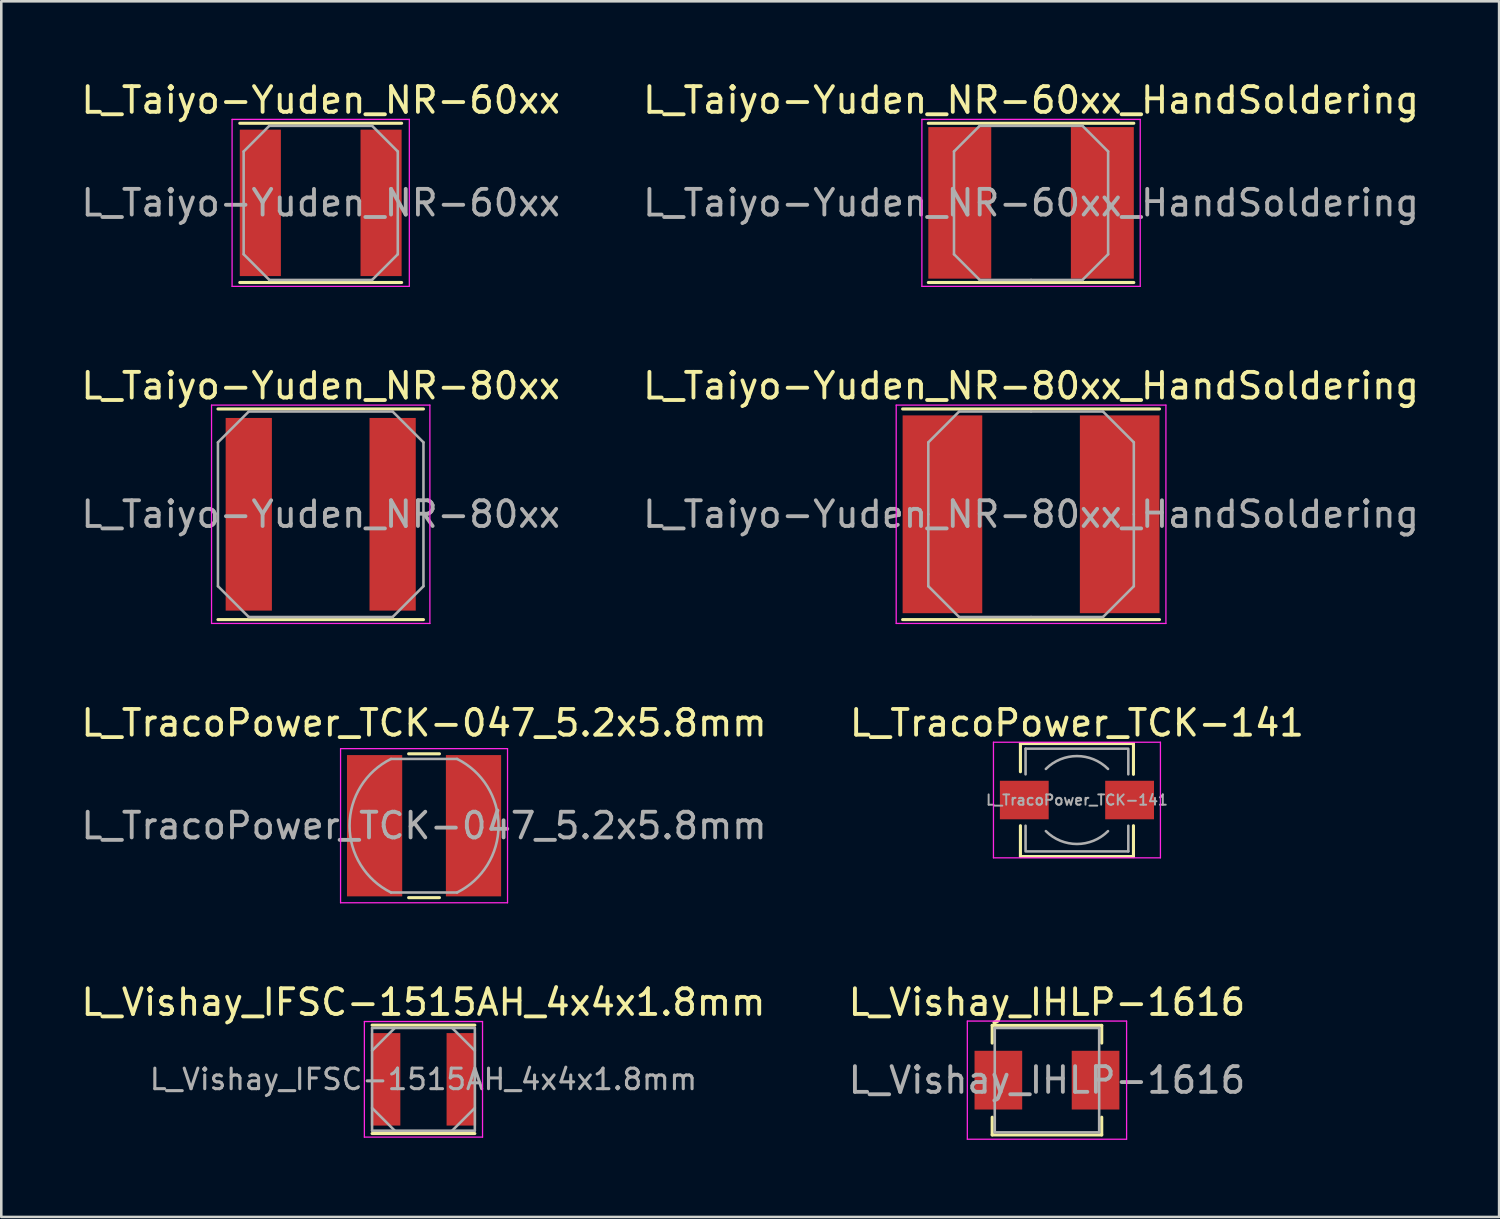
<source format=kicad_pcb>
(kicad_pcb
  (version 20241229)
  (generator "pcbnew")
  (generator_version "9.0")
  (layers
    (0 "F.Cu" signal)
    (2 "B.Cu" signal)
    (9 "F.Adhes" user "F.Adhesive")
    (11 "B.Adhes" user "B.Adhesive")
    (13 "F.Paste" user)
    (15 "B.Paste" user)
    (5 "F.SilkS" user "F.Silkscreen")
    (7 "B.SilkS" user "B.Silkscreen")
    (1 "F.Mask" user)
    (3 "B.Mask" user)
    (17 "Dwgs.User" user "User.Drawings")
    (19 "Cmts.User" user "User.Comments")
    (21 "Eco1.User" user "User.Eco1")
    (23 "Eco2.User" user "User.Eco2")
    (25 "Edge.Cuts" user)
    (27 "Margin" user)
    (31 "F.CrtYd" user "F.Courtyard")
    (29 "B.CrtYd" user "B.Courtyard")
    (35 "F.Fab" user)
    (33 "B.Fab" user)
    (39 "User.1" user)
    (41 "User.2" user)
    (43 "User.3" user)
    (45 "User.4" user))
  (footprint "L_Vishay_IHLP-1616"
    (layer "F.Cu")
    (at 37.708 39)
    (property "Reference" "L_Vishay_IHLP-1616" (at 0 -3.032 0) (layer "F.SilkS") (effects (font (size 1 1) (thickness 0.15))))
    (attr smd)
    (fp_line (start -2.132 -2.132) (end 2.132 -2.132) (stroke (width 0.12) (type solid)) (layer "F.SilkS"))
    (fp_line (start -2.132 -1.443) (end -2.132 -2.132) (stroke (width 0.12) (type solid)) (layer "F.SilkS"))
    (fp_line (start -2.132 1.443) (end -2.132 2.132) (stroke (width 0.12) (type solid)) (layer "F.SilkS"))
    (fp_line (start -2.132 2.132) (end 2.132 2.132) (stroke (width 0.12) (type solid)) (layer "F.SilkS"))
    (fp_line (start 2.132 -2.132) (end 2.132 -1.443) (stroke (width 0.12) (type solid)) (layer "F.SilkS"))
    (fp_line (start 2.132 2.132) (end 2.132 1.443) (stroke (width 0.12) (type solid)) (layer "F.SilkS"))
    (fp_line (start -3.1 -2.3) (end -3.1 2.3) (stroke (width 0.05) (type solid)) (layer "F.CrtYd"))
    (fp_line (start -3.1 2.3) (end 3.1 2.3) (stroke (width 0.05) (type solid)) (layer "F.CrtYd"))
    (fp_line (start 3.1 -2.3) (end -3.1 -2.3) (stroke (width 0.05) (type solid)) (layer "F.CrtYd"))
    (fp_line (start 3.1 2.3) (end 3.1 -2.3) (stroke (width 0.05) (type solid)) (layer "F.CrtYd"))
    (fp_line (start -2.032 -2.032) (end -2.032 2.032) (stroke (width 0.1) (type solid)) (layer "F.Fab"))
    (fp_line (start -2.032 2.032) (end 2.032 2.032) (stroke (width 0.1) (type solid)) (layer "F.Fab"))
    (fp_line (start 2.032 -2.032) (end -2.032 -2.032) (stroke (width 0.1) (type solid)) (layer "F.Fab"))
    (fp_line (start 2.032 2.032) (end 2.032 -2.032) (stroke (width 0.1) (type solid)) (layer "F.Fab"))
    (fp_text user "${REFERENCE}" (at 0 0 0) (layer "F.Fab") (effects (font (size 1 1) (thickness 0.15))))
    (pad "1" smd rect (at -1.892 0) (size 1.855 2.286) (layers "F.Cu" "F.Mask" "F.Paste"))
    (pad "2" smd rect (at 1.892 0) (size 1.855 2.286) (layers "F.Cu" "F.Mask" "F.Paste")))
  (footprint "L_Taiyo-Yuden_NR-60xx_HandSoldering"
    (layer "F.Cu")
    (at 37.089 4.848)
    (property "Reference" "L_Taiyo-Yuden_NR-60xx_HandSoldering" (at 0 -4 0) (layer "F.SilkS") (effects (font (size 1 1) (thickness 0.15))))
    (attr smd)
    (fp_line (start -4 -3.1) (end 4 -3.1) (stroke (width 0.12) (type solid)) (layer "F.SilkS"))
    (fp_line (start -4 3.1) (end 4 3.1) (stroke (width 0.12) (type solid)) (layer "F.SilkS"))
    (fp_line (start -4.25 -3.25) (end -4.25 3.25) (stroke (width 0.05) (type solid)) (layer "F.CrtYd"))
    (fp_line (start -4.25 3.25) (end 4.25 3.25) (stroke (width 0.05) (type solid)) (layer "F.CrtYd"))
    (fp_line (start 4.25 -3.25) (end -4.25 -3.25) (stroke (width 0.05) (type solid)) (layer "F.CrtYd"))
    (fp_line (start 4.25 3.25) (end 4.25 -3.25) (stroke (width 0.05) (type solid)) (layer "F.CrtYd"))
    (fp_line (start -3 -2) (end -2 -3) (stroke (width 0.1) (type solid)) (layer "F.Fab"))
    (fp_line (start -3 0) (end -3 -2) (stroke (width 0.1) (type solid)) (layer "F.Fab"))
    (fp_line (start -3 0) (end -3 2) (stroke (width 0.1) (type solid)) (layer "F.Fab"))
    (fp_line (start -3 2) (end -2 3) (stroke (width 0.1) (type solid)) (layer "F.Fab"))
    (fp_line (start -2 -3) (end 0 -3) (stroke (width 0.1) (type solid)) (layer "F.Fab"))
    (fp_line (start -2 3) (end 0 3) (stroke (width 0.1) (type solid)) (layer "F.Fab"))
    (fp_line (start 2 -3) (end 0 -3) (stroke (width 0.1) (type solid)) (layer "F.Fab"))
    (fp_line (start 2 3) (end 0 3) (stroke (width 0.1) (type solid)) (layer "F.Fab"))
    (fp_line (start 3 -2) (end 2 -3) (stroke (width 0.1) (type solid)) (layer "F.Fab"))
    (fp_line (start 3 0) (end 3 -2) (stroke (width 0.1) (type solid)) (layer "F.Fab"))
    (fp_line (start 3 0) (end 3 2) (stroke (width 0.1) (type solid)) (layer "F.Fab"))
    (fp_line (start 3 2) (end 2 3) (stroke (width 0.1) (type solid)) (layer "F.Fab"))
    (fp_text user "${REFERENCE}" (at 0 0 0) (layer "F.Fab") (effects (font (size 1 1) (thickness 0.15))))
    (pad "1" smd rect (at -2.775 0) (size 2.45 5.9) (layers "F.Cu" "F.Mask" "F.Paste"))
    (pad "2" smd rect (at 2.775 0) (size 2.45 5.9) (layers "F.Cu" "F.Mask" "F.Paste")))
  (footprint "L_Taiyo-Yuden_NR-80xx"
    (layer "F.Cu")
    (at 9.435 16.971)
    (property "Reference" "L_Taiyo-Yuden_NR-80xx" (at 0 -5 0) (layer "F.SilkS") (effects (font (size 1 1) (thickness 0.15))))
    (attr smd)
    (fp_line (start -4 -4.1) (end 4 -4.1) (stroke (width 0.12) (type solid)) (layer "F.SilkS"))
    (fp_line (start -4 4.1) (end 4 4.1) (stroke (width 0.12) (type solid)) (layer "F.SilkS"))
    (fp_line (start -4.25 -4.25) (end -4.25 4.25) (stroke (width 0.05) (type solid)) (layer "F.CrtYd"))
    (fp_line (start -4.25 4.25) (end 4.25 4.25) (stroke (width 0.05) (type solid)) (layer "F.CrtYd"))
    (fp_line (start 4.25 -4.25) (end -4.25 -4.25) (stroke (width 0.05) (type solid)) (layer "F.CrtYd"))
    (fp_line (start 4.25 4.25) (end 4.25 -4.25) (stroke (width 0.05) (type solid)) (layer "F.CrtYd"))
    (fp_line (start -4 -2.8) (end -2.8 -4) (stroke (width 0.1) (type solid)) (layer "F.Fab"))
    (fp_line (start -4 2.8) (end -4 -2.8) (stroke (width 0.1) (type solid)) (layer "F.Fab"))
    (fp_line (start -4 2.8) (end -2.8 4) (stroke (width 0.1) (type solid)) (layer "F.Fab"))
    (fp_line (start -2.8 -4) (end 2.8 -4) (stroke (width 0.1) (type solid)) (layer "F.Fab"))
    (fp_line (start -2.8 4) (end 2.8 4) (stroke (width 0.1) (type solid)) (layer "F.Fab"))
    (fp_line (start 4 -2.8) (end 2.8 -4) (stroke (width 0.1) (type solid)) (layer "F.Fab"))
    (fp_line (start 4 2.8) (end 2.8 4) (stroke (width 0.1) (type solid)) (layer "F.Fab"))
    (fp_line (start 4 2.8) (end 4 -2.8) (stroke (width 0.1) (type solid)) (layer "F.Fab"))
    (fp_text user "${REFERENCE}" (at 0 0 0) (layer "F.Fab") (effects (font (size 1 1) (thickness 0.15))))
    (pad "1" smd rect (at -2.8 0) (size 1.8 7.5) (layers "F.Cu" "F.Mask" "F.Paste"))
    (pad "2" smd rect (at 2.8 0) (size 1.8 7.5) (layers "F.Cu" "F.Mask" "F.Paste")))
  (footprint "L_TracoPower_TCK-141"
    (layer "F.Cu")
    (at 38.875 28.095)
    (property "Reference" "L_TracoPower_TCK-141" (at 0 -3 0) (layer "F.SilkS") (effects (font (size 1 1) (thickness 0.15))))
    (attr smd)
    (fp_line (start -2.2 -2.2) (end 2.2 -2.2) (stroke (width 0.12) (type solid)) (layer "F.SilkS"))
    (fp_line (start -2.2 -1.1) (end -2.2 -2.2) (stroke (width 0.12) (type solid)) (layer "F.SilkS"))
    (fp_line (start -2.2 2.2) (end -2.2 1) (stroke (width 0.12) (type solid)) (layer "F.SilkS"))
    (fp_line (start 2.2 -2.2) (end 2.2 -1) (stroke (width 0.12) (type solid)) (layer "F.SilkS"))
    (fp_line (start 2.2 1) (end 2.2 2.2) (stroke (width 0.12) (type solid)) (layer "F.SilkS"))
    (fp_line (start 2.2 2.2) (end -2.2 2.2) (stroke (width 0.12) (type solid)) (layer "F.SilkS"))
    (fp_line (start -3.25 -2.25) (end -3.25 2.25) (stroke (width 0.05) (type solid)) (layer "F.CrtYd"))
    (fp_line (start -3.25 -2.25) (end 3.25 -2.25) (stroke (width 0.05) (type solid)) (layer "F.CrtYd"))
    (fp_line (start -3.25 2.25) (end 3.25 2.25) (stroke (width 0.05) (type solid)) (layer "F.CrtYd"))
    (fp_line (start 3.25 2.25) (end 3.25 -2.25) (stroke (width 0.05) (type solid)) (layer "F.CrtYd"))
    (fp_line (start -2 -2) (end -2 -1) (stroke (width 0.1) (type solid)) (layer "F.Fab"))
    (fp_line (start -2 -2) (end 2 -2) (stroke (width 0.1) (type solid)) (layer "F.Fab"))
    (fp_line (start -2 1.95) (end -2 1) (stroke (width 0.1) (type solid)) (layer "F.Fab"))
    (fp_line (start -2 2) (end 2 2) (stroke (width 0.1) (type solid)) (layer "F.Fab"))
    (fp_line (start 2 -1.95) (end 2 -1) (stroke (width 0.1) (type solid)) (layer "F.Fab"))
    (fp_line (start 2 2) (end 2 1) (stroke (width 0.1) (type solid)) (layer "F.Fab"))
    (fp_arc (start -1.21 -1.21) (mid 0 -1.711198) (end 1.21 -1.21) (stroke (width 0.1) (type solid)) (layer "F.Fab"))
    (fp_arc (start 1.21 1.21) (mid 0 1.711198) (end -1.21 1.21) (stroke (width 0.1) (type solid)) (layer "F.Fab"))
    (fp_text user "${REFERENCE}" (at 0 0 0) (layer "F.Fab") (effects (font (size 0.4 0.4) (thickness 0.075))))
    (pad "1" smd rect (at -2.05 0) (size 1.9 1.5) (layers "F.Cu" "F.Mask" "F.Paste"))
    (pad "2" smd rect (at 2.05 0) (size 1.9 1.5) (layers "F.Cu" "F.Mask" "F.Paste")))
  (footprint "L_Vishay_IFSC-1515AH_4x4x1.8mm"
    (layer "F.Cu")
    (at 13.435 38.968)
    (property "Reference" "L_Vishay_IFSC-1515AH_4x4x1.8mm" (at 0 -3 0) (layer "F.SilkS") (effects (font (size 1 1) (thickness 0.15))))
    (attr smd)
    (fp_line (start -2 -2.11) (end 2 -2.11) (stroke (width 0.12) (type solid)) (layer "F.SilkS"))
    (fp_line (start 2 2.11) (end -2 2.11) (stroke (width 0.12) (type solid)) (layer "F.SilkS"))
    (fp_line (start -2.3 -2.25) (end 2.3 -2.25) (stroke (width 0.05) (type solid)) (layer "F.CrtYd"))
    (fp_line (start -2.3 2.25) (end -2.3 -2.25) (stroke (width 0.05) (type solid)) (layer "F.CrtYd"))
    (fp_line (start 2.3 -2.25) (end 2.3 2.25) (stroke (width 0.05) (type solid)) (layer "F.CrtYd"))
    (fp_line (start 2.3 2.25) (end -2.3 2.25) (stroke (width 0.05) (type solid)) (layer "F.CrtYd"))
    (fp_line (start -2 -2) (end 2 -2) (stroke (width 0.1) (type solid)) (layer "F.Fab"))
    (fp_line (start -2 -1.115) (end -1.115 -2) (stroke (width 0.1) (type solid)) (layer "F.Fab"))
    (fp_line (start -2 2) (end -2 -2) (stroke (width 0.1) (type solid)) (layer "F.Fab"))
    (fp_line (start -1.115 2) (end -2 1.115) (stroke (width 0.1) (type solid)) (layer "F.Fab"))
    (fp_line (start 1.115 -2) (end 2 -1.115) (stroke (width 0.1) (type solid)) (layer "F.Fab"))
    (fp_line (start 2 -2) (end 2 2) (stroke (width 0.1) (type solid)) (layer "F.Fab"))
    (fp_line (start 2 1.115) (end 1.115 2) (stroke (width 0.1) (type solid)) (layer "F.Fab"))
    (fp_line (start 2 2) (end -2 2) (stroke (width 0.1) (type solid)) (layer "F.Fab"))
    (fp_text user "${REFERENCE}" (at 0 0 0) (layer "F.Fab") (effects (font (size 0.8 0.8) (thickness 0.12))))
    (pad "1" smd rect (at -1.475 0) (size 1.15 3.6) (layers "F.Cu" "F.Mask" "F.Paste"))
    (pad "2" smd rect (at 1.475 0) (size 1.15 3.6) (layers "F.Cu" "F.Mask" "F.Paste")))
  (footprint "L_Taiyo-Yuden_NR-80xx_HandSoldering"
    (layer "F.Cu")
    (at 37.089 16.971)
    (property "Reference" "L_Taiyo-Yuden_NR-80xx_HandSoldering" (at 0 -5 0) (layer "F.SilkS") (effects (font (size 1 1) (thickness 0.15))))
    (attr smd)
    (fp_line (start -5 -4.1) (end 5 -4.1) (stroke (width 0.12) (type solid)) (layer "F.SilkS"))
    (fp_line (start -5 4.1) (end 5 4.1) (stroke (width 0.12) (type solid)) (layer "F.SilkS"))
    (fp_line (start -5.25 -4.25) (end -5.25 4.25) (stroke (width 0.05) (type solid)) (layer "F.CrtYd"))
    (fp_line (start -5.25 4.25) (end 5.25 4.25) (stroke (width 0.05) (type solid)) (layer "F.CrtYd"))
    (fp_line (start 5.25 -4.25) (end -5.25 -4.25) (stroke (width 0.05) (type solid)) (layer "F.CrtYd"))
    (fp_line (start 5.25 4.25) (end 5.25 -4.25) (stroke (width 0.05) (type solid)) (layer "F.CrtYd"))
    (fp_line (start -4 -2.8) (end -2.8 -4) (stroke (width 0.1) (type solid)) (layer "F.Fab"))
    (fp_line (start -4 0) (end -4 -2.8) (stroke (width 0.1) (type solid)) (layer "F.Fab"))
    (fp_line (start -4 0) (end -4 2.8) (stroke (width 0.1) (type solid)) (layer "F.Fab"))
    (fp_line (start -4 2.8) (end -2.8 4) (stroke (width 0.1) (type solid)) (layer "F.Fab"))
    (fp_line (start -2.8 -4) (end 0 -4) (stroke (width 0.1) (type solid)) (layer "F.Fab"))
    (fp_line (start -2.8 4) (end 0 4) (stroke (width 0.1) (type solid)) (layer "F.Fab"))
    (fp_line (start 2.8 -4) (end 0 -4) (stroke (width 0.1) (type solid)) (layer "F.Fab"))
    (fp_line (start 2.8 4) (end 0 4) (stroke (width 0.1) (type solid)) (layer "F.Fab"))
    (fp_line (start 4 -2.8) (end 2.8 -4) (stroke (width 0.1) (type solid)) (layer "F.Fab"))
    (fp_line (start 4 0) (end 4 -2.8) (stroke (width 0.1) (type solid)) (layer "F.Fab"))
    (fp_line (start 4 0) (end 4 2.8) (stroke (width 0.1) (type solid)) (layer "F.Fab"))
    (fp_line (start 4 2.8) (end 2.8 4) (stroke (width 0.1) (type solid)) (layer "F.Fab"))
    (fp_text user "${REFERENCE}" (at 0 0 0) (layer "F.Fab") (effects (font (size 1 1) (thickness 0.15))))
    (pad "1" smd rect (at -3.45 0) (size 3.1 7.7) (layers "F.Cu" "F.Mask" "F.Paste"))
    (pad "2" smd rect (at 3.45 0) (size 3.1 7.7) (layers "F.Cu" "F.Mask" "F.Paste")))
  (footprint "L_TracoPower_TCK-047_5.2x5.8mm"
    (layer "F.Cu")
    (at 13.458 29.095)
    (property "Reference" "L_TracoPower_TCK-047_5.2x5.8mm" (at 0 -4 0) (layer "F.SilkS") (effects (font (size 1 1) (thickness 0.15))))
    (attr smd)
    (fp_line (start -0.6 2.8) (end 0.6 2.8) (stroke (width 0.12) (type solid)) (layer "F.SilkS"))
    (fp_line (start 0.6 -2.8) (end -0.6 -2.8) (stroke (width 0.12) (type solid)) (layer "F.SilkS"))
    (fp_line (start -3.25 -3) (end -3.25 3) (stroke (width 0.05) (type solid)) (layer "F.CrtYd"))
    (fp_line (start -3.25 -3) (end 3.25 -3) (stroke (width 0.05) (type solid)) (layer "F.CrtYd"))
    (fp_line (start 3.25 3) (end -3.25 3) (stroke (width 0.05) (type solid)) (layer "F.CrtYd"))
    (fp_line (start 3.25 3) (end 3.25 -3) (stroke (width 0.05) (type solid)) (layer "F.CrtYd"))
    (fp_line (start -1.285 -2.6) (end 1.285 -2.6) (stroke (width 0.1) (type solid)) (layer "F.Fab"))
    (fp_line (start -1.285 2.6) (end 1.285 2.6) (stroke (width 0.1) (type solid)) (layer "F.Fab"))
    (fp_arc (start -1.285 2.599999) (mid -2.90021 0) (end -1.284999 -2.599999) (stroke (width 0.1) (type solid)) (layer "F.Fab"))
    (fp_arc (start 1.285 -2.599999) (mid 2.90021 0) (end 1.284999 2.599999) (stroke (width 0.1) (type solid)) (layer "F.Fab"))
    (fp_text user "${REFERENCE}" (at 0 0 0) (layer "F.Fab") (effects (font (size 1 1) (thickness 0.15))))
    (pad "1" smd rect (at -1.925 0 90) (size 5.5 2.15) (layers "F.Cu" "F.Mask" "F.Paste"))
    (pad "2" smd rect (at 1.925 0 90) (size 5.5 2.15) (layers "F.Cu" "F.Mask" "F.Paste")))
  (footprint "L_Taiyo-Yuden_NR-60xx"
    (layer "F.Cu")
    (at 9.435 4.848)
    (property "Reference" "L_Taiyo-Yuden_NR-60xx" (at 0 -4 0) (layer "F.SilkS") (effects (font (size 1 1) (thickness 0.15))))
    (attr smd)
    (fp_line (start -3.15 -3.1) (end 3.15 -3.1) (stroke (width 0.12) (type solid)) (layer "F.SilkS"))
    (fp_line (start -3.15 3.1) (end 3.15 3.1) (stroke (width 0.12) (type solid)) (layer "F.SilkS"))
    (fp_line (start -3.45 -3.25) (end -3.45 3.25) (stroke (width 0.05) (type solid)) (layer "F.CrtYd"))
    (fp_line (start -3.45 3.25) (end 3.45 3.25) (stroke (width 0.05) (type solid)) (layer "F.CrtYd"))
    (fp_line (start 3.45 -3.25) (end -3.45 -3.25) (stroke (width 0.05) (type solid)) (layer "F.CrtYd"))
    (fp_line (start 3.45 3.25) (end 3.45 -3.25) (stroke (width 0.05) (type solid)) (layer "F.CrtYd"))
    (fp_line (start -3 -2) (end -2 -3) (stroke (width 0.1) (type solid)) (layer "F.Fab"))
    (fp_line (start -3 2) (end -3 -2) (stroke (width 0.1) (type solid)) (layer "F.Fab"))
    (fp_line (start -3 2) (end -2 3) (stroke (width 0.1) (type solid)) (layer "F.Fab"))
    (fp_line (start -2 -3) (end 2 -3) (stroke (width 0.1) (type solid)) (layer "F.Fab"))
    (fp_line (start -2 3) (end 2 3) (stroke (width 0.1) (type solid)) (layer "F.Fab"))
    (fp_line (start 3 -2) (end 2 -3) (stroke (width 0.1) (type solid)) (layer "F.Fab"))
    (fp_line (start 3 2) (end 2 3) (stroke (width 0.1) (type solid)) (layer "F.Fab"))
    (fp_line (start 3 2) (end 3 -2) (stroke (width 0.1) (type solid)) (layer "F.Fab"))
    (fp_text user "${REFERENCE}" (at 0 0 0) (layer "F.Fab") (effects (font (size 1 1) (thickness 0.15))))
    (pad "1" smd rect (at -2.35 0) (size 1.6 5.7) (layers "F.Cu" "F.Mask" "F.Paste"))
    (pad "2" smd rect (at 2.35 0) (size 1.6 5.7) (layers "F.Cu" "F.Mask" "F.Paste")))
  (gr_rect
    (start -3 -3)
    (end 55.31 44.325)
    (stroke (width 0.1) (type default))
    (fill no)
    (layer "Edge.Cuts")))
</source>
